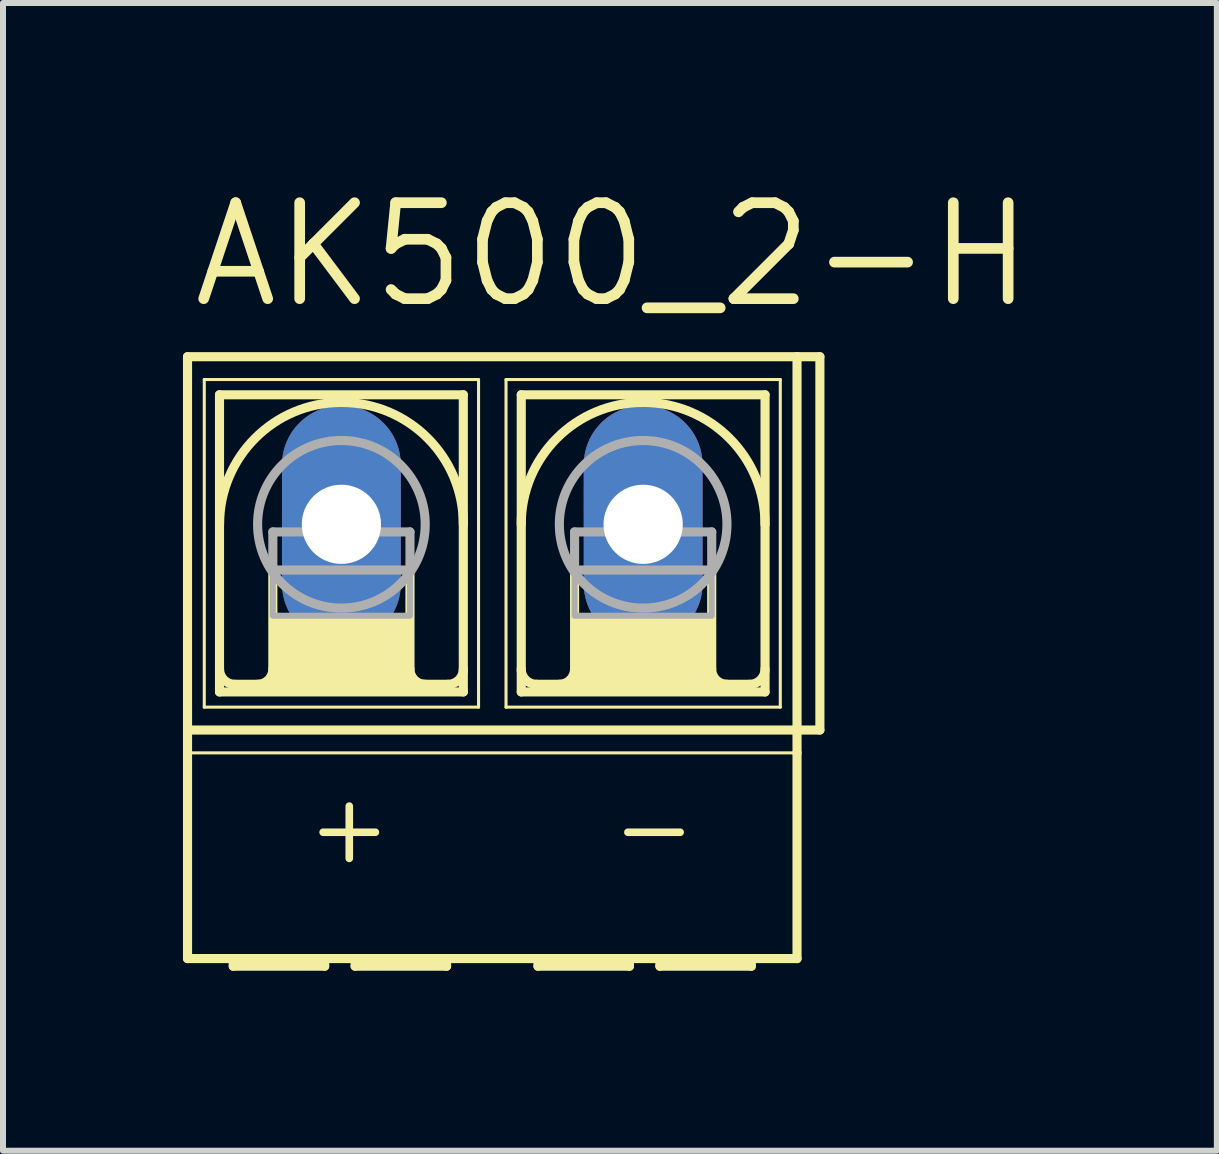
<source format=kicad_pcb>
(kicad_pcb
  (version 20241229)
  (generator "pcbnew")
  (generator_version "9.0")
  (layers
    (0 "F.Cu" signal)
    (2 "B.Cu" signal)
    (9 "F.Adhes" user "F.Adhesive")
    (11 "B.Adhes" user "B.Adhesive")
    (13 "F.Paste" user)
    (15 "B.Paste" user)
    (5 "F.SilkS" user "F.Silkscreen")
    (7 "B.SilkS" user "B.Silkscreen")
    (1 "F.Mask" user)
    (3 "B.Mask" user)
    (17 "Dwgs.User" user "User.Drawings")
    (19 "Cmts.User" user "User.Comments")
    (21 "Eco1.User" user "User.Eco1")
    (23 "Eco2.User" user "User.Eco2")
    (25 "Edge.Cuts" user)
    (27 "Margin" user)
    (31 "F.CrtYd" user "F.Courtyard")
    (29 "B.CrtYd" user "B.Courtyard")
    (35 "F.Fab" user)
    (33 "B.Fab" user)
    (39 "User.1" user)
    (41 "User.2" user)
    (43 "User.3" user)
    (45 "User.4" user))
  (footprint "AK500_2-H"
    (layer "F.Cu")
    (at 5.156 5.69)
    (property "Reference" "AK500_2-H" (at -5.08 -3.556 0) (unlocked yes) (layer "F.SilkS") (effects (font (size 1.6 1.6) (thickness 0.178)) (justify left bottom)))
    (fp_line (start -5.08 3.429) (end -5.08 -2.794) (stroke (width 0.152) (type solid)) (layer "F.SilkS"))
    (fp_line (start -5.08 3.429) (end 5.08 3.429) (stroke (width 0.152) (type solid)) (layer "F.SilkS"))
    (fp_line (start -5.08 3.81) (end -5.08 3.429) (stroke (width 0.152) (type solid)) (layer "F.SilkS"))
    (fp_line (start -5.08 7.239) (end -5.08 3.81) (stroke (width 0.152) (type solid)) (layer "F.SilkS"))
    (fp_line (start -5.08 7.239) (end -4.318 7.239) (stroke (width 0.152) (type solid)) (layer "F.SilkS"))
    (fp_line (start -4.801 -2.413) (end -4.801 3.048) (stroke (width 0.051) (type solid)) (layer "F.SilkS"))
    (fp_line (start -4.801 -2.413) (end -0.229 -2.413) (stroke (width 0.051) (type solid)) (layer "F.SilkS"))
    (fp_line (start -4.547 2.794) (end -4.547 -2.159) (stroke (width 0.152) (type solid)) (layer "F.SilkS"))
    (fp_line (start -4.547 2.794) (end -0.483 2.794) (stroke (width 0.152) (type solid)) (layer "F.SilkS"))
    (fp_line (start -4.318 7.239) (end -2.794 7.239) (stroke (width 0.152) (type solid)) (layer "F.SilkS"))
    (fp_line (start -4.318 7.366) (end -4.318 7.239) (stroke (width 0.152) (type solid)) (layer "F.SilkS"))
    (fp_line (start -4.318 7.366) (end -2.794 7.366) (stroke (width 0.152) (type solid)) (layer "F.SilkS"))
    (fp_line (start -3.658 0.762) (end -3.658 2.413) (stroke (width 0.152) (type solid)) (layer "F.SilkS"))
    (fp_line (start -2.794 7.239) (end -2.794 7.366) (stroke (width 0.152) (type solid)) (layer "F.SilkS"))
    (fp_line (start -2.794 7.239) (end -2.286 7.239) (stroke (width 0.152) (type solid)) (layer "F.SilkS"))
    (fp_line (start -2.286 7.239) (end -0.762 7.239) (stroke (width 0.152) (type solid)) (layer "F.SilkS"))
    (fp_line (start -2.286 7.366) (end -2.286 7.239) (stroke (width 0.152) (type solid)) (layer "F.SilkS"))
    (fp_line (start -2.286 7.366) (end -0.762 7.366) (stroke (width 0.152) (type solid)) (layer "F.SilkS"))
    (fp_line (start -1.372 0.762) (end -1.372 2.413) (stroke (width 0.152) (type solid)) (layer "F.SilkS"))
    (fp_line (start -0.762 7.239) (end 0.762 7.239) (stroke (width 0.152) (type solid)) (layer "F.SilkS"))
    (fp_line (start -0.762 7.366) (end -0.762 7.239) (stroke (width 0.152) (type solid)) (layer "F.SilkS"))
    (fp_line (start -0.737 2.667) (end -4.293 2.667) (stroke (width 0.152) (type solid)) (layer "F.SilkS"))
    (fp_line (start -0.483 -2.159) (end -4.547 -2.159) (stroke (width 0.152) (type solid)) (layer "F.SilkS"))
    (fp_line (start -0.483 -2.159) (end -0.483 2.794) (stroke (width 0.152) (type solid)) (layer "F.SilkS"))
    (fp_line (start -0.229 -2.413) (end -0.229 3.048) (stroke (width 0.051) (type solid)) (layer "F.SilkS"))
    (fp_line (start -0.229 3.048) (end -4.801 3.048) (stroke (width 0.051) (type solid)) (layer "F.SilkS"))
    (fp_line (start 0.229 -2.413) (end 0.229 3.048) (stroke (width 0.051) (type solid)) (layer "F.SilkS"))
    (fp_line (start 0.229 -2.413) (end 4.801 -2.413) (stroke (width 0.051) (type solid)) (layer "F.SilkS"))
    (fp_line (start 0.483 -2.159) (end 0.483 2.794) (stroke (width 0.152) (type solid)) (layer "F.SilkS"))
    (fp_line (start 0.483 2.794) (end 4.547 2.794) (stroke (width 0.152) (type solid)) (layer "F.SilkS"))
    (fp_line (start 0.762 7.239) (end 2.286 7.239) (stroke (width 0.152) (type solid)) (layer "F.SilkS"))
    (fp_line (start 0.762 7.366) (end 0.762 7.239) (stroke (width 0.152) (type solid)) (layer "F.SilkS"))
    (fp_line (start 0.762 7.366) (end 2.286 7.366) (stroke (width 0.152) (type solid)) (layer "F.SilkS"))
    (fp_line (start 1.372 0.762) (end 1.372 2.413) (stroke (width 0.152) (type solid)) (layer "F.SilkS"))
    (fp_line (start 2.286 7.239) (end 2.286 7.366) (stroke (width 0.152) (type solid)) (layer "F.SilkS"))
    (fp_line (start 2.286 7.239) (end 2.794 7.239) (stroke (width 0.152) (type solid)) (layer "F.SilkS"))
    (fp_line (start 2.794 7.239) (end 4.318 7.239) (stroke (width 0.152) (type solid)) (layer "F.SilkS"))
    (fp_line (start 2.794 7.366) (end 2.794 7.239) (stroke (width 0.152) (type solid)) (layer "F.SilkS"))
    (fp_line (start 2.794 7.366) (end 4.318 7.366) (stroke (width 0.152) (type solid)) (layer "F.SilkS"))
    (fp_line (start 3.658 0.762) (end 3.658 2.413) (stroke (width 0.152) (type solid)) (layer "F.SilkS"))
    (fp_line (start 4.293 2.667) (end 0.737 2.667) (stroke (width 0.152) (type solid)) (layer "F.SilkS"))
    (fp_line (start 4.318 7.239) (end 5.08 7.239) (stroke (width 0.152) (type solid)) (layer "F.SilkS"))
    (fp_line (start 4.318 7.366) (end 4.318 7.239) (stroke (width 0.152) (type solid)) (layer "F.SilkS"))
    (fp_line (start 4.547 -2.159) (end 0.483 -2.159) (stroke (width 0.152) (type solid)) (layer "F.SilkS"))
    (fp_line (start 4.547 2.794) (end 4.547 -2.159) (stroke (width 0.152) (type solid)) (layer "F.SilkS"))
    (fp_line (start 4.801 3.048) (end 0.229 3.048) (stroke (width 0.051) (type solid)) (layer "F.SilkS"))
    (fp_line (start 4.801 3.048) (end 4.801 -2.413) (stroke (width 0.051) (type solid)) (layer "F.SilkS"))
    (fp_line (start 5.08 -2.794) (end -5.08 -2.794) (stroke (width 0.152) (type solid)) (layer "F.SilkS"))
    (fp_line (start 5.08 -2.794) (end 5.08 3.429) (stroke (width 0.152) (type solid)) (layer "F.SilkS"))
    (fp_line (start 5.08 3.429) (end 5.08 3.81) (stroke (width 0.152) (type solid)) (layer "F.SilkS"))
    (fp_line (start 5.08 3.81) (end -5.08 3.81) (stroke (width 0.051) (type solid)) (layer "F.SilkS"))
    (fp_line (start 5.08 3.81) (end 5.08 7.239) (stroke (width 0.152) (type solid)) (layer "F.SilkS"))
    (fp_line (start 5.461 -2.794) (end 5.08 -2.794) (stroke (width 0.152) (type solid)) (layer "F.SilkS"))
    (fp_line (start 5.461 -2.794) (end 5.461 3.429) (stroke (width 0.152) (type solid)) (layer "F.SilkS"))
    (fp_line (start 5.461 3.429) (end 5.08 3.429) (stroke (width 0.152) (type solid)) (layer "F.SilkS"))
    (fp_arc (start -4.5466 0) (mid -2.5146 -2.032) (end -0.4826 0) (stroke (width 0.1524) (type solid)) (layer "F.SilkS"))
    (fp_arc (start -4.2926 2.667) (mid -4.472205 2.592605) (end -4.5466 2.413) (stroke (width 0.1524) (type solid)) (layer "F.SilkS"))
    (fp_arc (start -3.6576 2.413) (mid -3.731995 2.592605) (end -3.9116 2.667) (stroke (width 0.1524) (type solid)) (layer "F.SilkS"))
    (fp_arc (start -1.1176 2.667) (mid -1.297205 2.592605) (end -1.3716 2.413) (stroke (width 0.1524) (type solid)) (layer "F.SilkS"))
    (fp_arc (start -0.4826 2.413) (mid -0.556995 2.592605) (end -0.7366 2.667) (stroke (width 0.1524) (type solid)) (layer "F.SilkS"))
    (fp_arc (start 0.4826 0) (mid 2.5146 -2.032) (end 4.5466 0) (stroke (width 0.1524) (type solid)) (layer "F.SilkS"))
    (fp_arc (start 0.7366 2.667) (mid 0.556995 2.592605) (end 0.4826 2.413) (stroke (width 0.1524) (type solid)) (layer "F.SilkS"))
    (fp_arc (start 1.3716 2.413) (mid 1.297205 2.592605) (end 1.1176 2.667) (stroke (width 0.1524) (type solid)) (layer "F.SilkS"))
    (fp_arc (start 3.9116 2.667) (mid 3.731995 2.592605) (end 3.6576 2.413) (stroke (width 0.1524) (type solid)) (layer "F.SilkS"))
    (fp_arc (start 4.5466 2.413) (mid 4.472205 2.592605) (end 4.2926 2.667) (stroke (width 0.1524) (type solid)) (layer "F.SilkS"))
    (fp_poly (pts (xy -3.658 2.667) (xy -1.372 2.667) (xy -1.372 1.524) (xy -3.658 1.524)) (stroke (width 0) (type default)) (fill yes) (layer "F.SilkS"))
    (fp_poly (pts (xy 1.372 2.667) (xy 3.658 2.667) (xy 3.658 1.524) (xy 1.372 1.524)) (stroke (width 0) (type default)) (fill yes) (layer "F.SilkS"))
    (fp_line (start -3.658 0.127) (end -3.658 0.762) (stroke (width 0.152) (type solid)) (layer "F.Fab"))
    (fp_line (start -3.658 0.127) (end -1.372 0.127) (stroke (width 0.152) (type solid)) (layer "F.Fab"))
    (fp_line (start -3.658 0.762) (end -1.372 0.762) (stroke (width 0.152) (type solid)) (layer "F.Fab"))
    (fp_line (start -1.372 0.127) (end -1.372 0.762) (stroke (width 0.152) (type solid)) (layer "F.Fab"))
    (fp_line (start 1.372 0.127) (end 1.372 0.762) (stroke (width 0.152) (type solid)) (layer "F.Fab"))
    (fp_line (start 1.372 0.127) (end 3.658 0.127) (stroke (width 0.152) (type solid)) (layer "F.Fab"))
    (fp_line (start 1.372 0.762) (end 3.658 0.762) (stroke (width 0.152) (type solid)) (layer "F.Fab"))
    (fp_line (start 3.658 0.127) (end 3.658 0.762) (stroke (width 0.152) (type solid)) (layer "F.Fab"))
    (fp_circle (center -2.515 0) (end -1.118 0) (stroke (width 0.152) (type solid)) (fill no) (layer "F.Fab"))
    (fp_circle (center 2.515 0) (end 3.912 0) (stroke (width 0.152) (type solid)) (fill no) (layer "F.Fab"))
    (fp_poly (pts (xy -3.658 1.524) (xy -1.372 1.524) (xy -1.372 0.762) (xy -3.658 0.762)) (stroke (width 0.1) (type default)) (fill no) (layer "F.Fab"))
    (fp_poly (pts (xy 1.372 1.524) (xy 3.658 1.524) (xy 3.658 0.762) (xy 1.372 0.762)) (stroke (width 0.1) (type default)) (fill no) (layer "F.Fab"))
    (fp_text user "+" (at -3.175 5.715 0) (unlocked yes) (layer "F.SilkS") (effects (font (size 1.143 1.143) (thickness 0.127)) (justify left bottom)))
    (fp_text user "-" (at 1.905 5.715 0) (unlocked yes) (layer "F.SilkS") (effects (font (size 1.143 1.143) (thickness 0.127)) (justify left bottom)))
    (pad "1" thru_hole oval (at -2.515 0 90) (size 3.962 1.981) (drill 1.321) (layers "*.Cu" "*.Mask"))
    (pad "2" thru_hole oval (at 2.515 0 90) (size 3.962 1.981) (drill 1.321) (layers "*.Cu" "*.Mask")))
  (gr_rect
    (start -3 -3)
    (end 17.234 16.132)
    (stroke (width 0.1) (type default))
    (fill no)
    (layer "Edge.Cuts")))
</source>
